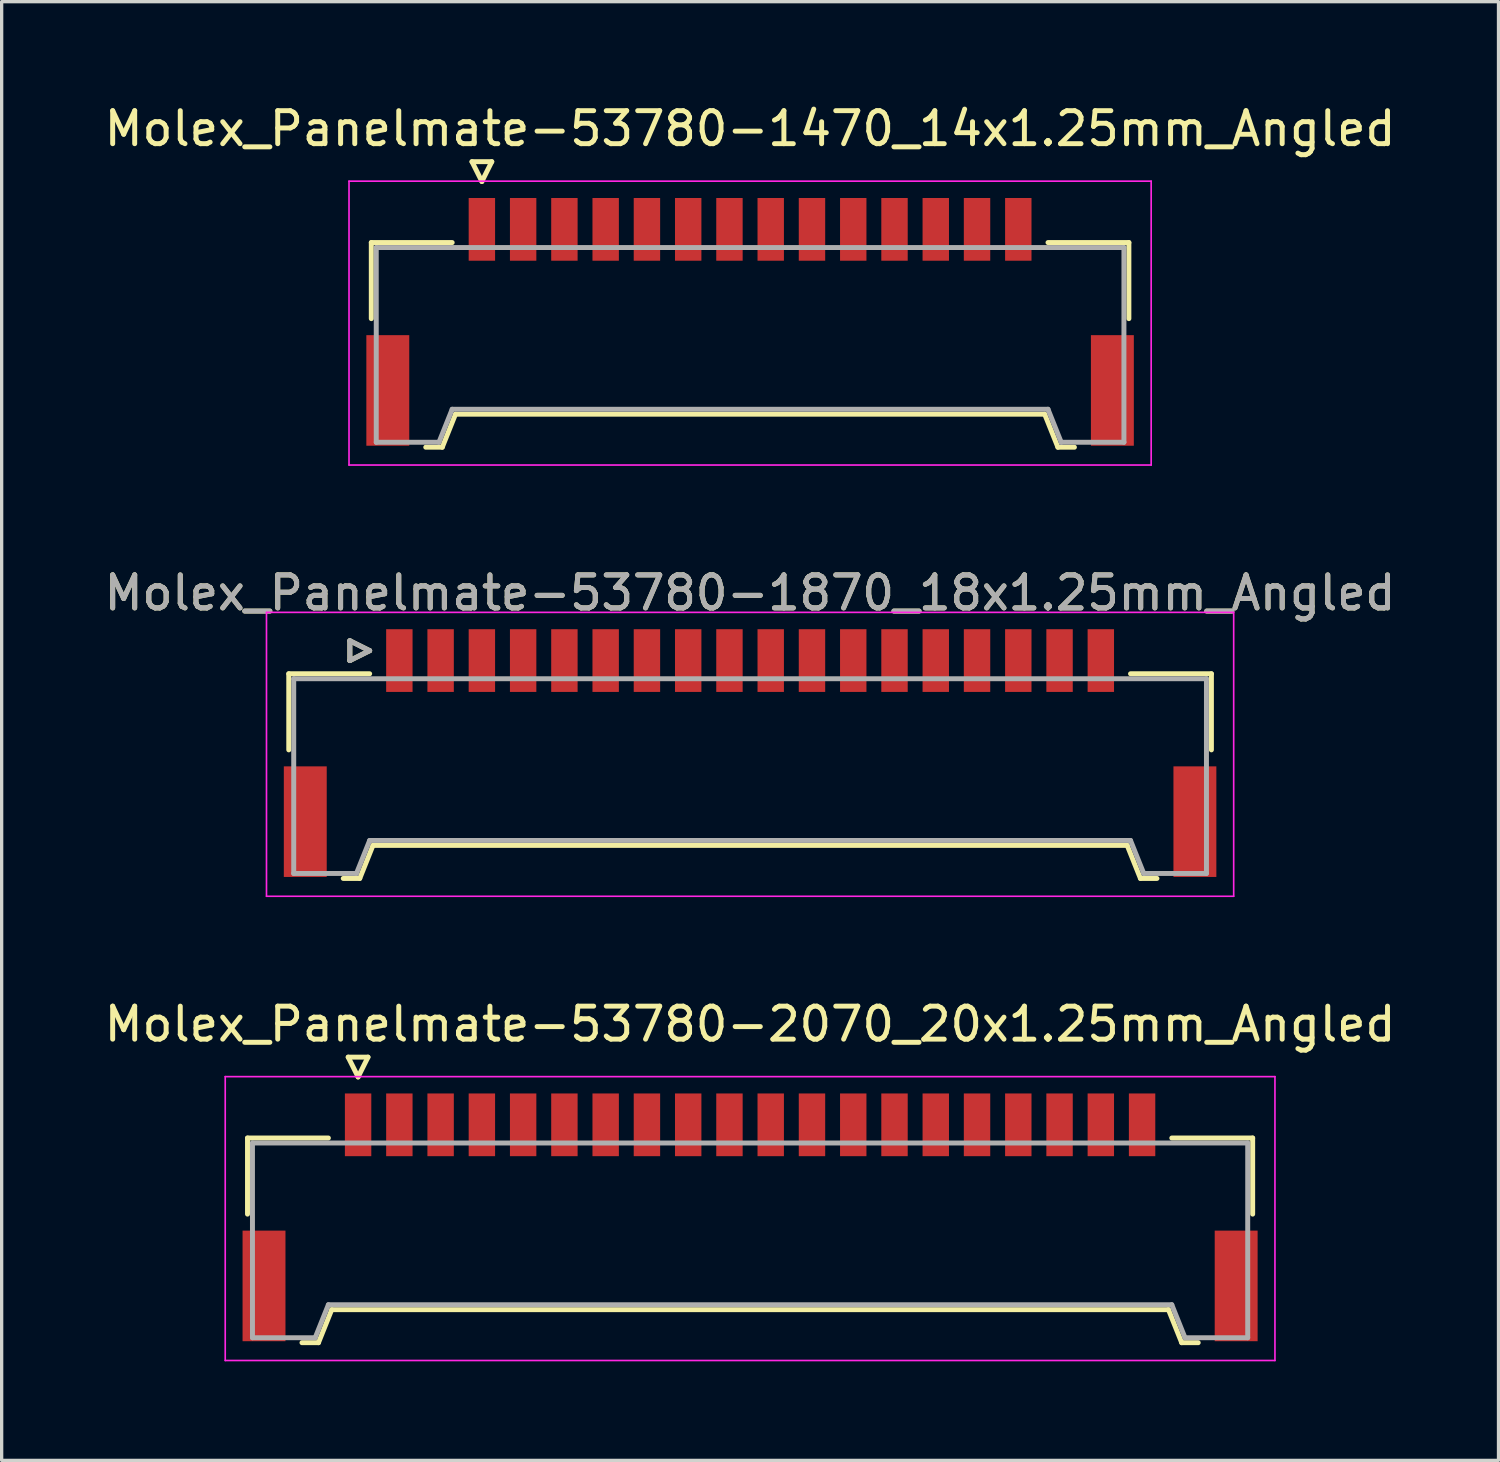
<source format=kicad_pcb>
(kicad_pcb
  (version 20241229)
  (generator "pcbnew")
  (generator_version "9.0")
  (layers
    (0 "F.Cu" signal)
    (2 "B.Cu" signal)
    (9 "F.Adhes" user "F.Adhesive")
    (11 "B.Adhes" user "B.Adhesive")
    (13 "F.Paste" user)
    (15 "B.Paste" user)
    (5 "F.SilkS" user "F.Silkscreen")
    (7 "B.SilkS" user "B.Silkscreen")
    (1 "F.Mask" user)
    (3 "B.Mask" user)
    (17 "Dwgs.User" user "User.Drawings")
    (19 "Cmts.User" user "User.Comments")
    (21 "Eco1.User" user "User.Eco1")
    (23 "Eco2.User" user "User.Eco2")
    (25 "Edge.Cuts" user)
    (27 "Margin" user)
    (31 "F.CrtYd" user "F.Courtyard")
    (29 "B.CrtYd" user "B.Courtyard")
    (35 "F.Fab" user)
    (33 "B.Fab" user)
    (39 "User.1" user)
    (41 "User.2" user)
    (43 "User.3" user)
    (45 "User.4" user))
  (footprint "Molex_Panelmate-53780-1470_14x1.25mm_Angled"
    (layer "F.Cu")
    (at 19.673 6.338)
    (property "Reference" "Molex_Panelmate-53780-1470_14x1.25mm_Angled" (at 0 -5.49 0) (layer "F.SilkS") (effects (font (size 1 1) (thickness 0.15))))
    (attr smd)
    (fp_line (start -11.475 -2.04) (end -11.475 0.265) (stroke (width 0.15) (type solid)) (layer "F.SilkS"))
    (fp_line (start -9.825 4.16) (end -9.325 4.16) (stroke (width 0.15) (type solid)) (layer "F.SilkS"))
    (fp_line (start -9.325 4.16) (end -8.925 3.16) (stroke (width 0.15) (type solid)) (layer "F.SilkS"))
    (fp_line (start -9.025 -2.04) (end -11.475 -2.04) (stroke (width 0.15) (type solid)) (layer "F.SilkS"))
    (fp_line (start -8.925 3.16) (end 8.925 3.16) (stroke (width 0.15) (type solid)) (layer "F.SilkS"))
    (fp_line (start -8.425 -4.49) (end -8.125 -3.89) (stroke (width 0.15) (type solid)) (layer "F.SilkS"))
    (fp_line (start -8.125 -3.89) (end -7.825 -4.49) (stroke (width 0.15) (type solid)) (layer "F.SilkS"))
    (fp_line (start -7.825 -4.49) (end -8.425 -4.49) (stroke (width 0.15) (type solid)) (layer "F.SilkS"))
    (fp_line (start 8.925 3.16) (end 9.325 4.16) (stroke (width 0.15) (type solid)) (layer "F.SilkS"))
    (fp_line (start 9.025 -2.04) (end 11.475 -2.04) (stroke (width 0.15) (type solid)) (layer "F.SilkS"))
    (fp_line (start 9.325 4.16) (end 9.825 4.16) (stroke (width 0.15) (type solid)) (layer "F.SilkS"))
    (fp_line (start 11.475 -2.04) (end 11.475 0.265) (stroke (width 0.15) (type solid)) (layer "F.SilkS"))
    (fp_line (start -12.15 -3.9) (end -12.15 4.7) (stroke (width 0.05) (type solid)) (layer "F.CrtYd"))
    (fp_line (start -12.15 4.7) (end 12.15 4.7) (stroke (width 0.05) (type solid)) (layer "F.CrtYd"))
    (fp_line (start 12.15 -3.9) (end -12.15 -3.9) (stroke (width 0.05) (type solid)) (layer "F.CrtYd"))
    (fp_line (start 12.15 4.7) (end 12.15 -3.9) (stroke (width 0.05) (type solid)) (layer "F.CrtYd"))
    (fp_line (start -11.325 -1.89) (end -11.325 4.01) (stroke (width 0.15) (type solid)) (layer "F.Fab"))
    (fp_line (start -11.325 4.01) (end -9.425 4.01) (stroke (width 0.15) (type solid)) (layer "F.Fab"))
    (fp_line (start -9.425 4.01) (end -9.025 3.01) (stroke (width 0.15) (type solid)) (layer "F.Fab"))
    (fp_line (start -9.025 3.01) (end 9.025 3.01) (stroke (width 0.15) (type solid)) (layer "F.Fab"))
    (fp_line (start 9.025 3.01) (end 9.425 4.01) (stroke (width 0.15) (type solid)) (layer "F.Fab"))
    (fp_line (start 9.425 4.01) (end 11.325 4.01) (stroke (width 0.15) (type solid)) (layer "F.Fab"))
    (fp_line (start 11.325 -1.89) (end -11.325 -1.89) (stroke (width 0.15) (type solid)) (layer "F.Fab"))
    (fp_line (start 11.325 4.01) (end 11.325 -1.89) (stroke (width 0.15) (type solid)) (layer "F.Fab"))
    (pad "" smd rect (at -10.975 2.44) (size 1.3 3.35) (layers "F.Cu" "F.Mask" "F.Paste"))
    (pad "" smd rect (at 10.975 2.44) (size 1.3 3.35) (layers "F.Cu" "F.Mask" "F.Paste"))
    (pad "1" smd rect (at -8.125 -2.44) (size 0.8 1.9) (layers "F.Cu" "F.Mask" "F.Paste"))
    (pad "2" smd rect (at -6.875 -2.44) (size 0.8 1.9) (layers "F.Cu" "F.Mask" "F.Paste"))
    (pad "3" smd rect (at -5.625 -2.44) (size 0.8 1.9) (layers "F.Cu" "F.Mask" "F.Paste"))
    (pad "4" smd rect (at -4.375 -2.44) (size 0.8 1.9) (layers "F.Cu" "F.Mask" "F.Paste"))
    (pad "5" smd rect (at -3.125 -2.44) (size 0.8 1.9) (layers "F.Cu" "F.Mask" "F.Paste"))
    (pad "6" smd rect (at -1.875 -2.44) (size 0.8 1.9) (layers "F.Cu" "F.Mask" "F.Paste"))
    (pad "7" smd rect (at -0.625 -2.44) (size 0.8 1.9) (layers "F.Cu" "F.Mask" "F.Paste"))
    (pad "8" smd rect (at 0.625 -2.44) (size 0.8 1.9) (layers "F.Cu" "F.Mask" "F.Paste"))
    (pad "9" smd rect (at 1.875 -2.44) (size 0.8 1.9) (layers "F.Cu" "F.Mask" "F.Paste"))
    (pad "10" smd rect (at 3.125 -2.44) (size 0.8 1.9) (layers "F.Cu" "F.Mask" "F.Paste"))
    (pad "11" smd rect (at 4.375 -2.44) (size 0.8 1.9) (layers "F.Cu" "F.Mask" "F.Paste"))
    (pad "12" smd rect (at 5.625 -2.44) (size 0.8 1.9) (layers "F.Cu" "F.Mask" "F.Paste"))
    (pad "13" smd rect (at 6.875 -2.44) (size 0.8 1.9) (layers "F.Cu" "F.Mask" "F.Paste"))
    (pad "14" smd rect (at 8.125 -2.44) (size 0.8 1.9) (layers "F.Cu" "F.Mask" "F.Paste")))
  (footprint "Molex_Panelmate-53780-1870_18x1.25mm_Angled"
    (layer "F.Cu")
    (at 19.673 19.401)
    (property "Reference" "Molex_Panelmate-53780-1870_18x1.25mm_Angled" (at 0 -4.49 0) (layer "F.SilkS") (effects (font (size 1 1) (thickness 0.15))))
    (attr smd)
    (fp_line (start -13.975 -2.04) (end -13.975 0.265) (stroke (width 0.15) (type solid)) (layer "F.SilkS"))
    (fp_line (start -12.325 4.16) (end -11.825 4.16) (stroke (width 0.15) (type solid)) (layer "F.SilkS"))
    (fp_line (start -12.125 -3.04) (end -12.125 -2.44) (stroke (width 0.15) (type solid)) (layer "F.SilkS"))
    (fp_line (start -12.125 -2.44) (end -11.525 -2.74) (stroke (width 0.15) (type solid)) (layer "F.SilkS"))
    (fp_line (start -11.825 4.16) (end -11.425 3.16) (stroke (width 0.15) (type solid)) (layer "F.SilkS"))
    (fp_line (start -11.525 -2.74) (end -12.125 -3.04) (stroke (width 0.15) (type solid)) (layer "F.SilkS"))
    (fp_line (start -11.525 -2.04) (end -13.975 -2.04) (stroke (width 0.15) (type solid)) (layer "F.SilkS"))
    (fp_line (start -11.425 3.16) (end 11.425 3.16) (stroke (width 0.15) (type solid)) (layer "F.SilkS"))
    (fp_line (start 11.425 3.16) (end 11.825 4.16) (stroke (width 0.15) (type solid)) (layer "F.SilkS"))
    (fp_line (start 11.525 -2.04) (end 13.975 -2.04) (stroke (width 0.15) (type solid)) (layer "F.SilkS"))
    (fp_line (start 11.825 4.16) (end 12.325 4.16) (stroke (width 0.15) (type solid)) (layer "F.SilkS"))
    (fp_line (start 13.975 -2.04) (end 13.975 0.265) (stroke (width 0.15) (type solid)) (layer "F.SilkS"))
    (fp_line (start -14.65 -3.9) (end -14.65 4.7) (stroke (width 0.05) (type solid)) (layer "F.CrtYd"))
    (fp_line (start -14.65 4.7) (end 14.65 4.7) (stroke (width 0.05) (type solid)) (layer "F.CrtYd"))
    (fp_line (start 14.65 -3.9) (end -14.65 -3.9) (stroke (width 0.05) (type solid)) (layer "F.CrtYd"))
    (fp_line (start 14.65 4.7) (end 14.65 -3.9) (stroke (width 0.05) (type solid)) (layer "F.CrtYd"))
    (fp_line (start -13.825 -1.89) (end -13.825 4.01) (stroke (width 0.15) (type solid)) (layer "F.Fab"))
    (fp_line (start -13.825 4.01) (end -11.925 4.01) (stroke (width 0.15) (type solid)) (layer "F.Fab"))
    (fp_line (start -12.125 -3.04) (end -12.125 -2.44) (stroke (width 0.15) (type solid)) (layer "F.Fab"))
    (fp_line (start -12.125 -2.44) (end -11.525 -2.74) (stroke (width 0.15) (type solid)) (layer "F.Fab"))
    (fp_line (start -11.925 4.01) (end -11.525 3.01) (stroke (width 0.15) (type solid)) (layer "F.Fab"))
    (fp_line (start -11.525 -2.74) (end -12.125 -3.04) (stroke (width 0.15) (type solid)) (layer "F.Fab"))
    (fp_line (start -11.525 3.01) (end 11.525 3.01) (stroke (width 0.15) (type solid)) (layer "F.Fab"))
    (fp_line (start 11.525 3.01) (end 11.925 4.01) (stroke (width 0.15) (type solid)) (layer "F.Fab"))
    (fp_line (start 11.925 4.01) (end 13.825 4.01) (stroke (width 0.15) (type solid)) (layer "F.Fab"))
    (fp_line (start 13.825 -1.89) (end -13.825 -1.89) (stroke (width 0.15) (type solid)) (layer "F.Fab"))
    (fp_line (start 13.825 4.01) (end 13.825 -1.89) (stroke (width 0.15) (type solid)) (layer "F.Fab"))
    (fp_text user "${REFERENCE}" (at 0 -4.49 0) (layer "F.Fab") (effects (font (size 1 1) (thickness 0.15))))
    (pad "" smd rect (at -13.475 2.44) (size 1.3 3.35) (layers "F.Cu" "F.Mask" "F.Paste"))
    (pad "" smd rect (at 13.475 2.44) (size 1.3 3.35) (layers "F.Cu" "F.Mask" "F.Paste"))
    (pad "1" smd rect (at -10.625 -2.44) (size 0.8 1.9) (layers "F.Cu" "F.Mask" "F.Paste"))
    (pad "2" smd rect (at -9.375 -2.44) (size 0.8 1.9) (layers "F.Cu" "F.Mask" "F.Paste"))
    (pad "3" smd rect (at -8.125 -2.44) (size 0.8 1.9) (layers "F.Cu" "F.Mask" "F.Paste"))
    (pad "4" smd rect (at -6.875 -2.44) (size 0.8 1.9) (layers "F.Cu" "F.Mask" "F.Paste"))
    (pad "5" smd rect (at -5.625 -2.44) (size 0.8 1.9) (layers "F.Cu" "F.Mask" "F.Paste"))
    (pad "6" smd rect (at -4.375 -2.44) (size 0.8 1.9) (layers "F.Cu" "F.Mask" "F.Paste"))
    (pad "7" smd rect (at -3.125 -2.44) (size 0.8 1.9) (layers "F.Cu" "F.Mask" "F.Paste"))
    (pad "8" smd rect (at -1.875 -2.44) (size 0.8 1.9) (layers "F.Cu" "F.Mask" "F.Paste"))
    (pad "9" smd rect (at -0.625 -2.44) (size 0.8 1.9) (layers "F.Cu" "F.Mask" "F.Paste"))
    (pad "10" smd rect (at 0.625 -2.44) (size 0.8 1.9) (layers "F.Cu" "F.Mask" "F.Paste"))
    (pad "11" smd rect (at 1.875 -2.44) (size 0.8 1.9) (layers "F.Cu" "F.Mask" "F.Paste"))
    (pad "12" smd rect (at 3.125 -2.44) (size 0.8 1.9) (layers "F.Cu" "F.Mask" "F.Paste"))
    (pad "13" smd rect (at 4.375 -2.44) (size 0.8 1.9) (layers "F.Cu" "F.Mask" "F.Paste"))
    (pad "14" smd rect (at 5.625 -2.44) (size 0.8 1.9) (layers "F.Cu" "F.Mask" "F.Paste"))
    (pad "15" smd rect (at 6.875 -2.44) (size 0.8 1.9) (layers "F.Cu" "F.Mask" "F.Paste"))
    (pad "16" smd rect (at 8.125 -2.44) (size 0.8 1.9) (layers "F.Cu" "F.Mask" "F.Paste"))
    (pad "17" smd rect (at 9.375 -2.44) (size 0.8 1.9) (layers "F.Cu" "F.Mask" "F.Paste"))
    (pad "18" smd rect (at 10.625 -2.44) (size 0.8 1.9) (layers "F.Cu" "F.Mask" "F.Paste")))
  (footprint "Molex_Panelmate-53780-2070_20x1.25mm_Angled"
    (layer "F.Cu")
    (at 19.673 33.465)
    (property "Reference" "Molex_Panelmate-53780-2070_20x1.25mm_Angled" (at 0 -5.49 0) (layer "F.SilkS") (effects (font (size 1 1) (thickness 0.15))))
    (attr smd)
    (fp_line (start -15.225 -2.04) (end -15.225 0.265) (stroke (width 0.15) (type solid)) (layer "F.SilkS"))
    (fp_line (start -13.575 4.16) (end -13.075 4.16) (stroke (width 0.15) (type solid)) (layer "F.SilkS"))
    (fp_line (start -13.075 4.16) (end -12.675 3.16) (stroke (width 0.15) (type solid)) (layer "F.SilkS"))
    (fp_line (start -12.775 -2.04) (end -15.225 -2.04) (stroke (width 0.15) (type solid)) (layer "F.SilkS"))
    (fp_line (start -12.675 3.16) (end 12.675 3.16) (stroke (width 0.15) (type solid)) (layer "F.SilkS"))
    (fp_line (start -12.175 -4.49) (end -11.875 -3.89) (stroke (width 0.15) (type solid)) (layer "F.SilkS"))
    (fp_line (start -11.875 -3.89) (end -11.575 -4.49) (stroke (width 0.15) (type solid)) (layer "F.SilkS"))
    (fp_line (start -11.575 -4.49) (end -12.175 -4.49) (stroke (width 0.15) (type solid)) (layer "F.SilkS"))
    (fp_line (start 12.675 3.16) (end 13.075 4.16) (stroke (width 0.15) (type solid)) (layer "F.SilkS"))
    (fp_line (start 12.775 -2.04) (end 15.225 -2.04) (stroke (width 0.15) (type solid)) (layer "F.SilkS"))
    (fp_line (start 13.075 4.16) (end 13.575 4.16) (stroke (width 0.15) (type solid)) (layer "F.SilkS"))
    (fp_line (start 15.225 -2.04) (end 15.225 0.265) (stroke (width 0.15) (type solid)) (layer "F.SilkS"))
    (fp_line (start -15.9 -3.9) (end -15.9 4.7) (stroke (width 0.05) (type solid)) (layer "F.CrtYd"))
    (fp_line (start -15.9 4.7) (end 15.9 4.7) (stroke (width 0.05) (type solid)) (layer "F.CrtYd"))
    (fp_line (start 15.9 -3.9) (end -15.9 -3.9) (stroke (width 0.05) (type solid)) (layer "F.CrtYd"))
    (fp_line (start 15.9 4.7) (end 15.9 -3.9) (stroke (width 0.05) (type solid)) (layer "F.CrtYd"))
    (fp_line (start -15.075 -1.89) (end -15.075 4.01) (stroke (width 0.15) (type solid)) (layer "F.Fab"))
    (fp_line (start -15.075 4.01) (end -13.175 4.01) (stroke (width 0.15) (type solid)) (layer "F.Fab"))
    (fp_line (start -13.175 4.01) (end -12.775 3.01) (stroke (width 0.15) (type solid)) (layer "F.Fab"))
    (fp_line (start -12.775 3.01) (end 12.775 3.01) (stroke (width 0.15) (type solid)) (layer "F.Fab"))
    (fp_line (start 12.775 3.01) (end 13.175 4.01) (stroke (width 0.15) (type solid)) (layer "F.Fab"))
    (fp_line (start 13.175 4.01) (end 15.075 4.01) (stroke (width 0.15) (type solid)) (layer "F.Fab"))
    (fp_line (start 15.075 -1.89) (end -15.075 -1.89) (stroke (width 0.15) (type solid)) (layer "F.Fab"))
    (fp_line (start 15.075 4.01) (end 15.075 -1.89) (stroke (width 0.15) (type solid)) (layer "F.Fab"))
    (pad "" smd rect (at -14.725 2.44) (size 1.3 3.35) (layers "F.Cu" "F.Mask" "F.Paste"))
    (pad "" smd rect (at 14.725 2.44) (size 1.3 3.35) (layers "F.Cu" "F.Mask" "F.Paste"))
    (pad "1" smd rect (at -11.875 -2.44) (size 0.8 1.9) (layers "F.Cu" "F.Mask" "F.Paste"))
    (pad "2" smd rect (at -10.625 -2.44) (size 0.8 1.9) (layers "F.Cu" "F.Mask" "F.Paste"))
    (pad "3" smd rect (at -9.375 -2.44) (size 0.8 1.9) (layers "F.Cu" "F.Mask" "F.Paste"))
    (pad "4" smd rect (at -8.125 -2.44) (size 0.8 1.9) (layers "F.Cu" "F.Mask" "F.Paste"))
    (pad "5" smd rect (at -6.875 -2.44) (size 0.8 1.9) (layers "F.Cu" "F.Mask" "F.Paste"))
    (pad "6" smd rect (at -5.625 -2.44) (size 0.8 1.9) (layers "F.Cu" "F.Mask" "F.Paste"))
    (pad "7" smd rect (at -4.375 -2.44) (size 0.8 1.9) (layers "F.Cu" "F.Mask" "F.Paste"))
    (pad "8" smd rect (at -3.125 -2.44) (size 0.8 1.9) (layers "F.Cu" "F.Mask" "F.Paste"))
    (pad "9" smd rect (at -1.875 -2.44) (size 0.8 1.9) (layers "F.Cu" "F.Mask" "F.Paste"))
    (pad "10" smd rect (at -0.625 -2.44) (size 0.8 1.9) (layers "F.Cu" "F.Mask" "F.Paste"))
    (pad "11" smd rect (at 0.625 -2.44) (size 0.8 1.9) (layers "F.Cu" "F.Mask" "F.Paste"))
    (pad "12" smd rect (at 1.875 -2.44) (size 0.8 1.9) (layers "F.Cu" "F.Mask" "F.Paste"))
    (pad "13" smd rect (at 3.125 -2.44) (size 0.8 1.9) (layers "F.Cu" "F.Mask" "F.Paste"))
    (pad "14" smd rect (at 4.375 -2.44) (size 0.8 1.9) (layers "F.Cu" "F.Mask" "F.Paste"))
    (pad "15" smd rect (at 5.625 -2.44) (size 0.8 1.9) (layers "F.Cu" "F.Mask" "F.Paste"))
    (pad "16" smd rect (at 6.875 -2.44) (size 0.8 1.9) (layers "F.Cu" "F.Mask" "F.Paste"))
    (pad "17" smd rect (at 8.125 -2.44) (size 0.8 1.9) (layers "F.Cu" "F.Mask" "F.Paste"))
    (pad "18" smd rect (at 9.375 -2.44) (size 0.8 1.9) (layers "F.Cu" "F.Mask" "F.Paste"))
    (pad "19" smd rect (at 10.625 -2.44) (size 0.8 1.9) (layers "F.Cu" "F.Mask" "F.Paste"))
    (pad "20" smd rect (at 11.875 -2.44) (size 0.8 1.9) (layers "F.Cu" "F.Mask" "F.Paste")))
  (gr_rect
    (start -3 -3)
    (end 42.345 41.19)
    (stroke (width 0.1) (type default))
    (fill no)
    (layer "Edge.Cuts")))
</source>
